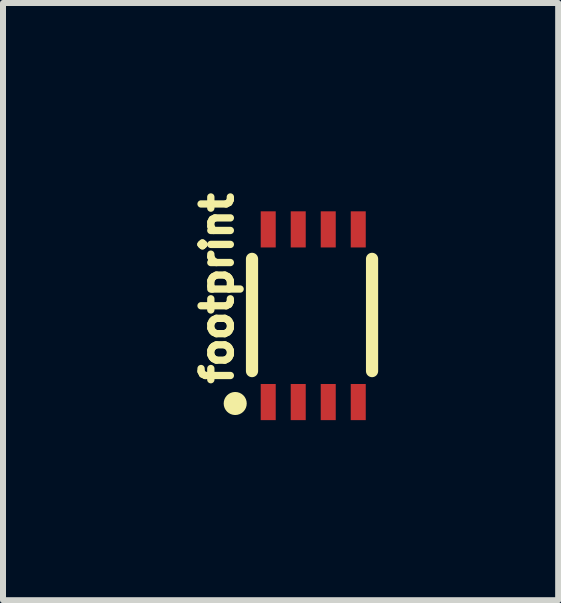
<source format=kicad_pcb>
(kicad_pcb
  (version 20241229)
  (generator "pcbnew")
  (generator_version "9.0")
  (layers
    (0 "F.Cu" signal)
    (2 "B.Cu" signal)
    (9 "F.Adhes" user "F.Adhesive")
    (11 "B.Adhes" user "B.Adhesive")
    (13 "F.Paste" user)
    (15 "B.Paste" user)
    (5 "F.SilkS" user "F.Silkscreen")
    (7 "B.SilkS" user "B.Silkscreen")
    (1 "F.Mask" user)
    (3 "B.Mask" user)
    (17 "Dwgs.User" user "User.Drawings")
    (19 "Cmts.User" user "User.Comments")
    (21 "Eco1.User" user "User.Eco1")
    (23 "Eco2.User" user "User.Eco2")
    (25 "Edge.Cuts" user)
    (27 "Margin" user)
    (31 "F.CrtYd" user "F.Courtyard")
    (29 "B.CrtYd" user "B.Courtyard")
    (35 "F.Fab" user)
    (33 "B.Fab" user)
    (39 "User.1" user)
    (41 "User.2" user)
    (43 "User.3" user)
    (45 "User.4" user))
  (footprint "footprint"
    (layer "F.Cu")
    (at 2.149 2.203)
    (property "Reference" "footprint" (at -1.295 1.2 90) (layer "F.SilkS") (effects (font (size 0.488 0.488) (thickness 0.122)) (justify left bottom)))
    (fp_line (start -1 -0.94) (end -1 0.93) (stroke (width 0.203) (type solid)) (layer "F.SilkS"))
    (fp_line (start 1 0.93) (end 1 -0.94) (stroke (width 0.203) (type solid)) (layer "F.SilkS"))
    (fp_circle (center -1.28 1.47) (end -1.184 1.47) (stroke (width 0.192) (type solid)) (fill yes) (layer "F.SilkS"))
    (pad "1" smd rect (at -0.73 1.446) (size 0.25 0.602) (layers "F.Cu" "F.Mask" "F.Paste"))
    (pad "2" smd rect (at -0.23 1.446) (size 0.25 0.602) (layers "F.Cu" "F.Mask" "F.Paste"))
    (pad "3" smd rect (at 0.27 1.446) (size 0.25 0.602) (layers "F.Cu" "F.Mask" "F.Paste"))
    (pad "4" smd rect (at 0.77 1.446) (size 0.25 0.602) (layers "F.Cu" "F.Mask" "F.Paste"))
    (pad "5" smd rect (at 0.77 -1.431) (size 0.25 0.602) (layers "F.Cu" "F.Mask" "F.Paste"))
    (pad "6" smd rect (at 0.27 -1.431) (size 0.25 0.602) (layers "F.Cu" "F.Mask" "F.Paste"))
    (pad "7" smd rect (at -0.23 -1.431) (size 0.25 0.602) (layers "F.Cu" "F.Mask" "F.Paste"))
    (pad "8" smd rect (at -0.73 -1.431) (size 0.25 0.602) (layers "F.Cu" "F.Mask" "F.Paste")))
  (gr_rect
    (start -3 -3)
    (end 6.25 6.95)
    (stroke (width 0.1) (type default))
    (fill no)
    (layer "Edge.Cuts")))
</source>
